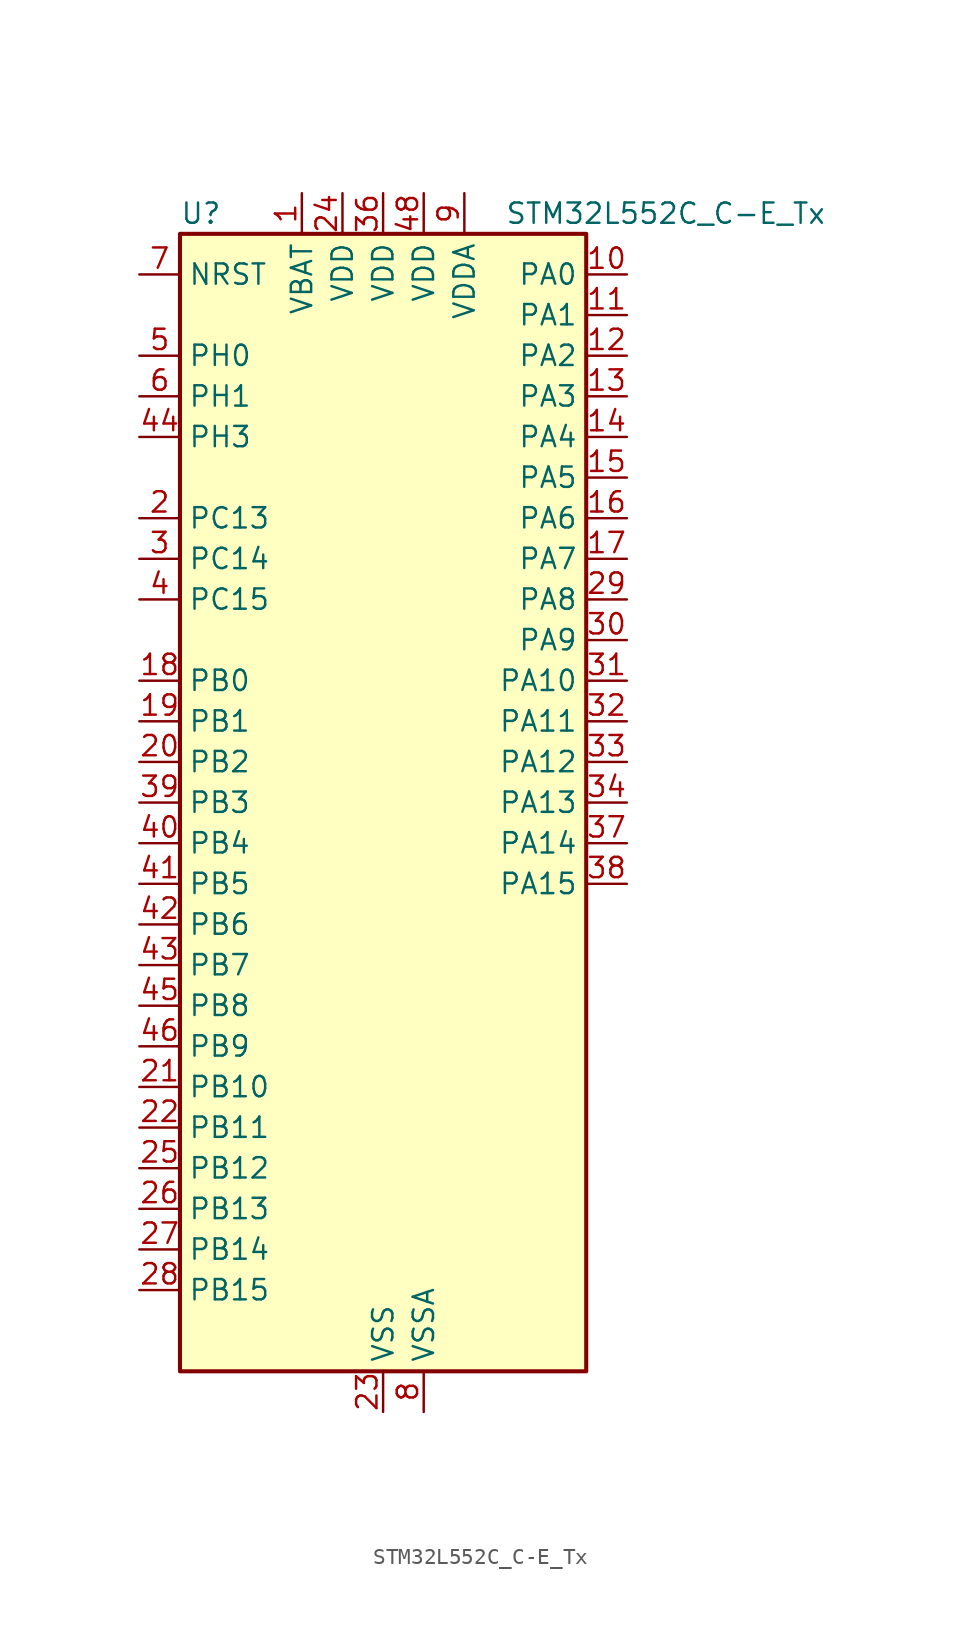
<source format=kicad_sym>
(kicad_symbol_lib
  (version 20220914)
  (generator kicad_symbol_editor)
  (symbol "STM32L552C_C-E_Tx"
    (property "Reference" "U"
      (at -12.7 36.83 0)
      (effects (font (size 1.27 1.27)) (justify left)))
    (property "Value" "STM32L552C_C-E_Tx"
      (at 7.62 36.83 0)
      (effects (font (size 1.27 1.27)) (justify left)))
    (property "ki_locked" ""
      (at 0 0 0)
      (effects (font (size 1.27 1.27))))
    (symbol "STM32L552C_C-E_Tx_0_1"
      (rectangle (start -12.7 -35.56) (end 12.7 35.56) (stroke (width 0.254) (type default)) (fill (type background))))
    (symbol "STM32L552C_C-E_Tx_1_1"
      (pin power_in line (at -5.08 38.1 270) (length 2.54) (name "VBAT" (effects (font (size 1.27 1.27)))) (number "1" (effects (font (size 1.27 1.27)))))
      (pin bidirectional line (at 15.24 33.02 180) (length 2.54) (name "PA0" (effects (font (size 1.27 1.27)))) (number "10" (effects (font (size 1.27 1.27)))) (alternate "ADC1_IN5" bidirectional line) (alternate "ADC2_IN5" bidirectional line) (alternate "OPAMP1_VINP" bidirectional line) (alternate "PWR_WKUP1" bidirectional line) (alternate "SAI1_EXTCLK" bidirectional line) (alternate "TAMP_IN2" bidirectional line) (alternate "TAMP_OUT1" bidirectional line) (alternate "TIM2_CH1" bidirectional line) (alternate "TIM2_ETR" bidirectional line) (alternate "TIM5_CH1" bidirectional line) (alternate "TIM8_ETR" bidirectional line) (alternate "UART4_TX" bidirectional line) (alternate "USART2_CTS" bidirectional line) (alternate "USART2_NSS" bidirectional line))
      (pin bidirectional line (at 15.24 30.48 180) (length 2.54) (name "PA1" (effects (font (size 1.27 1.27)))) (number "11" (effects (font (size 1.27 1.27)))) (alternate "ADC1_IN6" bidirectional line) (alternate "ADC2_IN6" bidirectional line) (alternate "I2C1_SMBA" bidirectional line) (alternate "OCTOSPI1_DQS" bidirectional line) (alternate "OPAMP1_VINM" bidirectional line) (alternate "SPI1_SCK" bidirectional line) (alternate "TAMP_IN5" bidirectional line) (alternate "TAMP_OUT4" bidirectional line) (alternate "TIM15_CH1N" bidirectional line) (alternate "TIM2_CH2" bidirectional line) (alternate "TIM5_CH2" bidirectional line) (alternate "UART4_RX" bidirectional line) (alternate "USART2_DE" bidirectional line) (alternate "USART2_RTS" bidirectional line))
      (pin bidirectional line (at 15.24 27.94 180) (length 2.54) (name "PA2" (effects (font (size 1.27 1.27)))) (number "12" (effects (font (size 1.27 1.27)))) (alternate "ADC1_IN7" bidirectional line) (alternate "ADC2_IN7" bidirectional line) (alternate "COMP1_INP" bidirectional line) (alternate "LPUART1_TX" bidirectional line) (alternate "OCTOSPI1_NCS" bidirectional line) (alternate "PWR_WKUP4" bidirectional line) (alternate "RCC_LSCO" bidirectional line) (alternate "SAI2_EXTCLK" bidirectional line) (alternate "TIM15_CH1" bidirectional line) (alternate "TIM2_CH3" bidirectional line) (alternate "TIM5_CH3" bidirectional line) (alternate "UCPD1_FRSTX1" bidirectional line) (alternate "USART2_TX" bidirectional line))
      (pin bidirectional line (at 15.24 25.4 180) (length 2.54) (name "PA3" (effects (font (size 1.27 1.27)))) (number "13" (effects (font (size 1.27 1.27)))) (alternate "ADC1_IN8" bidirectional line) (alternate "ADC2_IN8" bidirectional line) (alternate "LPUART1_RX" bidirectional line) (alternate "OCTOSPI1_CLK" bidirectional line) (alternate "OPAMP1_VOUT" bidirectional line) (alternate "SAI1_CK1" bidirectional line) (alternate "SAI1_MCLK_A" bidirectional line) (alternate "TIM15_CH2" bidirectional line) (alternate "TIM2_CH4" bidirectional line) (alternate "TIM5_CH4" bidirectional line) (alternate "USART2_RX" bidirectional line))
      (pin bidirectional line (at 15.24 22.86 180) (length 2.54) (name "PA4" (effects (font (size 1.27 1.27)))) (number "14" (effects (font (size 1.27 1.27)))) (alternate "ADC1_IN9" bidirectional line) (alternate "ADC2_IN9" bidirectional line) (alternate "DAC1_OUT1" bidirectional line) (alternate "LPTIM2_OUT" bidirectional line) (alternate "OCTOSPI1_NCS" bidirectional line) (alternate "SAI1_FS_B" bidirectional line) (alternate "SPI1_NSS" bidirectional line) (alternate "SPI3_NSS" bidirectional line) (alternate "USART2_CK" bidirectional line))
      (pin bidirectional line (at 15.24 20.32 180) (length 2.54) (name "PA5" (effects (font (size 1.27 1.27)))) (number "15" (effects (font (size 1.27 1.27)))) (alternate "ADC1_IN10" bidirectional line) (alternate "ADC2_IN10" bidirectional line) (alternate "DAC1_OUT2" bidirectional line) (alternate "LPTIM2_ETR" bidirectional line) (alternate "SPI1_SCK" bidirectional line) (alternate "TIM2_CH1" bidirectional line) (alternate "TIM2_ETR" bidirectional line) (alternate "TIM8_CH1N" bidirectional line))
      (pin bidirectional line (at 15.24 17.78 180) (length 2.54) (name "PA6" (effects (font (size 1.27 1.27)))) (number "16" (effects (font (size 1.27 1.27)))) (alternate "ADC1_IN11" bidirectional line) (alternate "ADC2_IN11" bidirectional line) (alternate "LPUART1_CTS" bidirectional line) (alternate "OCTOSPI1_IO3" bidirectional line) (alternate "OPAMP2_VINP" bidirectional line) (alternate "SPI1_MISO" bidirectional line) (alternate "TIM16_CH1" bidirectional line) (alternate "TIM1_BKIN" bidirectional line) (alternate "TIM3_CH1" bidirectional line) (alternate "TIM8_BKIN" bidirectional line) (alternate "USART3_CTS" bidirectional line) (alternate "USART3_NSS" bidirectional line))
      (pin bidirectional line (at 15.24 15.24 180) (length 2.54) (name "PA7" (effects (font (size 1.27 1.27)))) (number "17" (effects (font (size 1.27 1.27)))) (alternate "ADC1_IN12" bidirectional line) (alternate "ADC2_IN12" bidirectional line) (alternate "I2C3_SCL" bidirectional line) (alternate "OCTOSPI1_IO2" bidirectional line) (alternate "OPAMP2_VINM" bidirectional line) (alternate "SPI1_MOSI" bidirectional line) (alternate "TIM17_CH1" bidirectional line) (alternate "TIM1_CH1N" bidirectional line) (alternate "TIM3_CH2" bidirectional line) (alternate "TIM8_CH1N" bidirectional line))
      (pin bidirectional line (at -15.24 7.62 0) (length 2.54) (name "PB0" (effects (font (size 1.27 1.27)))) (number "18" (effects (font (size 1.27 1.27)))) (alternate "ADC1_IN15" bidirectional line) (alternate "ADC2_IN15" bidirectional line) (alternate "COMP1_OUT" bidirectional line) (alternate "OCTOSPI1_IO1" bidirectional line) (alternate "OPAMP2_VOUT" bidirectional line) (alternate "SAI1_EXTCLK" bidirectional line) (alternate "SPI1_NSS" bidirectional line) (alternate "TIM1_CH2N" bidirectional line) (alternate "TIM3_CH3" bidirectional line) (alternate "TIM8_CH2N" bidirectional line) (alternate "USART3_CK" bidirectional line))
      (pin bidirectional line (at -15.24 5.08 0) (length 2.54) (name "PB1" (effects (font (size 1.27 1.27)))) (number "19" (effects (font (size 1.27 1.27)))) (alternate "ADC1_IN16" bidirectional line) (alternate "ADC2_IN16" bidirectional line) (alternate "COMP1_INM" bidirectional line) (alternate "DFSDM1_DATIN0" bidirectional line) (alternate "LPTIM2_IN1" bidirectional line) (alternate "LPUART1_DE" bidirectional line) (alternate "LPUART1_RTS" bidirectional line) (alternate "OCTOSPI1_IO0" bidirectional line) (alternate "TIM1_CH3N" bidirectional line) (alternate "TIM3_CH4" bidirectional line) (alternate "TIM8_CH3N" bidirectional line) (alternate "USART3_DE" bidirectional line) (alternate "USART3_RTS" bidirectional line))
      (pin bidirectional line (at -15.24 17.78 0) (length 2.54) (name "PC13" (effects (font (size 1.27 1.27)))) (number "2" (effects (font (size 1.27 1.27)))) (alternate "PWR_WKUP2" bidirectional line) (alternate "RTC_OUT1" bidirectional line) (alternate "RTC_TS" bidirectional line) (alternate "TAMP_IN1" bidirectional line) (alternate "TAMP_OUT2" bidirectional line))
      (pin bidirectional line (at -15.24 2.54 0) (length 2.54) (name "PB2" (effects (font (size 1.27 1.27)))) (number "20" (effects (font (size 1.27 1.27)))) (alternate "COMP1_INP" bidirectional line) (alternate "DFSDM1_CKIN0" bidirectional line) (alternate "I2C3_SMBA" bidirectional line) (alternate "LPTIM1_OUT" bidirectional line) (alternate "OCTOSPI1_DQS" bidirectional line) (alternate "RTC_OUT2" bidirectional line) (alternate "UCPD1_FRSTX1" bidirectional line))
      (pin bidirectional line (at -15.24 -17.78 0) (length 2.54) (name "PB10" (effects (font (size 1.27 1.27)))) (number "21" (effects (font (size 1.27 1.27)))) (alternate "COMP1_OUT" bidirectional line) (alternate "I2C2_SCL" bidirectional line) (alternate "I2C4_SCL" bidirectional line) (alternate "LPTIM3_OUT" bidirectional line) (alternate "LPUART1_RX" bidirectional line) (alternate "OCTOSPI1_CLK" bidirectional line) (alternate "SAI1_SCK_A" bidirectional line) (alternate "SPI2_SCK" bidirectional line) (alternate "TIM2_CH3" bidirectional line) (alternate "TSC_SYNC" bidirectional line) (alternate "USART3_TX" bidirectional line))
      (pin bidirectional line (at -15.24 -20.32 0) (length 2.54) (name "PB11" (effects (font (size 1.27 1.27)))) (number "22" (effects (font (size 1.27 1.27)))) (alternate "ADC1_EXTI11" bidirectional line) (alternate "ADC2_EXTI11" bidirectional line) (alternate "COMP2_OUT" bidirectional line) (alternate "I2C2_SDA" bidirectional line) (alternate "I2C4_SDA" bidirectional line) (alternate "LPUART1_TX" bidirectional line) (alternate "OCTOSPI1_NCS" bidirectional line) (alternate "TIM2_CH4" bidirectional line) (alternate "USART3_RX" bidirectional line))
      (pin power_in line (at 0 -38.1 90) (length 2.54) (name "VSS" (effects (font (size 1.27 1.27)))) (number "23" (effects (font (size 1.27 1.27)))))
      (pin power_in line (at -2.54 38.1 270) (length 2.54) (name "VDD" (effects (font (size 1.27 1.27)))) (number "24" (effects (font (size 1.27 1.27)))))
      (pin bidirectional line (at -15.24 -22.86 0) (length 2.54) (name "PB12" (effects (font (size 1.27 1.27)))) (number "25" (effects (font (size 1.27 1.27)))) (alternate "DFSDM1_DATIN1" bidirectional line) (alternate "I2C2_SMBA" bidirectional line) (alternate "LPUART1_DE" bidirectional line) (alternate "LPUART1_RTS" bidirectional line) (alternate "OCTOSPI1_NCLK" bidirectional line) (alternate "SAI2_FS_A" bidirectional line) (alternate "SPI2_NSS" bidirectional line) (alternate "TIM15_BKIN" bidirectional line) (alternate "TIM1_BKIN" bidirectional line) (alternate "TSC_G1_IO1" bidirectional line) (alternate "USART3_CK" bidirectional line))
      (pin bidirectional line (at -15.24 -25.4 0) (length 2.54) (name "PB13" (effects (font (size 1.27 1.27)))) (number "26" (effects (font (size 1.27 1.27)))) (alternate "DFSDM1_CKIN1" bidirectional line) (alternate "I2C2_SCL" bidirectional line) (alternate "LPTIM3_IN1" bidirectional line) (alternate "LPUART1_CTS" bidirectional line) (alternate "SAI2_SCK_A" bidirectional line) (alternate "SPI2_SCK" bidirectional line) (alternate "TIM15_CH1N" bidirectional line) (alternate "TIM1_CH1N" bidirectional line) (alternate "TSC_G1_IO2" bidirectional line) (alternate "UCPD1_FRSTX2" bidirectional line) (alternate "USART3_CTS" bidirectional line) (alternate "USART3_NSS" bidirectional line))
      (pin bidirectional line (at -15.24 -27.94 0) (length 2.54) (name "PB14" (effects (font (size 1.27 1.27)))) (number "27" (effects (font (size 1.27 1.27)))) (alternate "DFSDM1_DATIN2" bidirectional line) (alternate "I2C2_SDA" bidirectional line) (alternate "LPTIM3_ETR" bidirectional line) (alternate "SAI2_MCLK_A" bidirectional line) (alternate "SPI2_MISO" bidirectional line) (alternate "TIM15_CH1" bidirectional line) (alternate "TIM1_CH2N" bidirectional line) (alternate "TIM8_CH2N" bidirectional line) (alternate "TSC_G1_IO3" bidirectional line) (alternate "UCPD1_DBCC2" bidirectional line) (alternate "USART3_DE" bidirectional line) (alternate "USART3_RTS" bidirectional line))
      (pin bidirectional line (at -15.24 -30.48 0) (length 2.54) (name "PB15" (effects (font (size 1.27 1.27)))) (number "28" (effects (font (size 1.27 1.27)))) (alternate "ADC1_EXTI15" bidirectional line) (alternate "ADC2_EXTI15" bidirectional line) (alternate "DFSDM1_CKIN2" bidirectional line) (alternate "RTC_REFIN" bidirectional line) (alternate "SAI2_SD_A" bidirectional line) (alternate "SPI2_MOSI" bidirectional line) (alternate "TIM15_CH2" bidirectional line) (alternate "TIM1_CH3N" bidirectional line) (alternate "TIM8_CH3N" bidirectional line) (alternate "UCPD1_CC2" bidirectional line))
      (pin bidirectional line (at 15.24 12.7 180) (length 2.54) (name "PA8" (effects (font (size 1.27 1.27)))) (number "29" (effects (font (size 1.27 1.27)))) (alternate "LPTIM2_OUT" bidirectional line) (alternate "RCC_MCO" bidirectional line) (alternate "SAI1_CK2" bidirectional line) (alternate "SAI1_SCK_A" bidirectional line) (alternate "TIM1_CH1" bidirectional line) (alternate "USART1_CK" bidirectional line))
      (pin bidirectional line (at -15.24 15.24 0) (length 2.54) (name "PC14" (effects (font (size 1.27 1.27)))) (number "3" (effects (font (size 1.27 1.27)))) (alternate "RCC_OSC32_IN" bidirectional line))
      (pin bidirectional line (at 15.24 10.16 180) (length 2.54) (name "PA9" (effects (font (size 1.27 1.27)))) (number "30" (effects (font (size 1.27 1.27)))) (alternate "DAC1_EXTI9" bidirectional line) (alternate "SAI1_FS_A" bidirectional line) (alternate "SPI2_SCK" bidirectional line) (alternate "TIM15_BKIN" bidirectional line) (alternate "TIM1_CH2" bidirectional line) (alternate "USART1_TX" bidirectional line))
      (pin bidirectional line (at 15.24 7.62 180) (length 2.54) (name "PA10" (effects (font (size 1.27 1.27)))) (number "31" (effects (font (size 1.27 1.27)))) (alternate "CRS_SYNC" bidirectional line) (alternate "SAI1_D1" bidirectional line) (alternate "SAI1_SD_A" bidirectional line) (alternate "TIM17_BKIN" bidirectional line) (alternate "TIM1_CH3" bidirectional line) (alternate "USART1_RX" bidirectional line))
      (pin bidirectional line (at 15.24 5.08 180) (length 2.54) (name "PA11" (effects (font (size 1.27 1.27)))) (number "32" (effects (font (size 1.27 1.27)))) (alternate "ADC1_EXTI11" bidirectional line) (alternate "ADC2_EXTI11" bidirectional line) (alternate "FDCAN1_RX" bidirectional line) (alternate "SPI1_MISO" bidirectional line) (alternate "TIM1_BKIN2" bidirectional line) (alternate "TIM1_CH4" bidirectional line) (alternate "USART1_CTS" bidirectional line) (alternate "USART1_NSS" bidirectional line) (alternate "USB_DM" bidirectional line))
      (pin bidirectional line (at 15.24 2.54 180) (length 2.54) (name "PA12" (effects (font (size 1.27 1.27)))) (number "33" (effects (font (size 1.27 1.27)))) (alternate "FDCAN1_TX" bidirectional line) (alternate "SPI1_MOSI" bidirectional line) (alternate "TIM1_ETR" bidirectional line) (alternate "USART1_DE" bidirectional line) (alternate "USART1_RTS" bidirectional line) (alternate "USB_DP" bidirectional line))
      (pin bidirectional line (at 15.24 0 180) (length 2.54) (name "PA13" (effects (font (size 1.27 1.27)))) (number "34" (effects (font (size 1.27 1.27)))) (alternate "DEBUG_JTMS-SWDIO" bidirectional line) (alternate "IR_OUT" bidirectional line) (alternate "SAI1_SD_B" bidirectional line) (alternate "USB_NOE" bidirectional line))
      (pin passive line (at 0 -38.1 90) (length 2.54) hide (name "VSS" (effects (font (size 1.27 1.27)))) (number "35" (effects (font (size 1.27 1.27)))))
      (pin power_in line (at 0 38.1 270) (length 2.54) (name "VDD" (effects (font (size 1.27 1.27)))) (number "36" (effects (font (size 1.27 1.27)))))
      (pin bidirectional line (at 15.24 -2.54 180) (length 2.54) (name "PA14" (effects (font (size 1.27 1.27)))) (number "37" (effects (font (size 1.27 1.27)))) (alternate "DEBUG_JTCK-SWCLK" bidirectional line) (alternate "I2C1_SMBA" bidirectional line) (alternate "I2C4_SMBA" bidirectional line) (alternate "LPTIM1_OUT" bidirectional line) (alternate "SAI1_FS_B" bidirectional line))
      (pin bidirectional line (at 15.24 -5.08 180) (length 2.54) (name "PA15" (effects (font (size 1.27 1.27)))) (number "38" (effects (font (size 1.27 1.27)))) (alternate "ADC1_EXTI15" bidirectional line) (alternate "ADC2_EXTI15" bidirectional line) (alternate "DEBUG_JTDI" bidirectional line) (alternate "SAI2_FS_B" bidirectional line) (alternate "SPI1_NSS" bidirectional line) (alternate "SPI3_NSS" bidirectional line) (alternate "TIM2_CH1" bidirectional line) (alternate "TIM2_ETR" bidirectional line) (alternate "UART4_DE" bidirectional line) (alternate "UART4_RTS" bidirectional line) (alternate "UCPD1_CC1" bidirectional line) (alternate "USART2_RX" bidirectional line) (alternate "USART3_DE" bidirectional line) (alternate "USART3_RTS" bidirectional line))
      (pin bidirectional line (at -15.24 0 0) (length 2.54) (name "PB3" (effects (font (size 1.27 1.27)))) (number "39" (effects (font (size 1.27 1.27)))) (alternate "COMP2_INM" bidirectional line) (alternate "CRS_SYNC" bidirectional line) (alternate "DEBUG_JTDO-SWO" bidirectional line) (alternate "SAI1_SCK_B" bidirectional line) (alternate "SPI1_SCK" bidirectional line) (alternate "SPI3_SCK" bidirectional line) (alternate "TIM2_CH2" bidirectional line) (alternate "USART1_DE" bidirectional line) (alternate "USART1_RTS" bidirectional line))
      (pin bidirectional line (at -15.24 12.7 0) (length 2.54) (name "PC15" (effects (font (size 1.27 1.27)))) (number "4" (effects (font (size 1.27 1.27)))) (alternate "ADC1_EXTI15" bidirectional line) (alternate "ADC2_EXTI15" bidirectional line) (alternate "RCC_OSC32_OUT" bidirectional line))
      (pin bidirectional line (at -15.24 -2.54 0) (length 2.54) (name "PB4" (effects (font (size 1.27 1.27)))) (number "40" (effects (font (size 1.27 1.27)))) (alternate "COMP2_INP" bidirectional line) (alternate "DEBUG_JTRST" bidirectional line) (alternate "I2C3_SDA" bidirectional line) (alternate "SAI1_MCLK_B" bidirectional line) (alternate "SPI1_MISO" bidirectional line) (alternate "SPI3_MISO" bidirectional line) (alternate "TIM17_BKIN" bidirectional line) (alternate "TIM3_CH1" bidirectional line) (alternate "TSC_G2_IO1" bidirectional line) (alternate "USART1_CTS" bidirectional line) (alternate "USART1_NSS" bidirectional line))
      (pin bidirectional line (at -15.24 -5.08 0) (length 2.54) (name "PB5" (effects (font (size 1.27 1.27)))) (number "41" (effects (font (size 1.27 1.27)))) (alternate "COMP2_OUT" bidirectional line) (alternate "I2C1_SMBA" bidirectional line) (alternate "LPTIM1_IN1" bidirectional line) (alternate "OCTOSPI1_NCLK" bidirectional line) (alternate "SAI1_SD_B" bidirectional line) (alternate "SPI1_MOSI" bidirectional line) (alternate "SPI3_MOSI" bidirectional line) (alternate "TIM16_BKIN" bidirectional line) (alternate "TIM3_CH2" bidirectional line) (alternate "TSC_G2_IO2" bidirectional line) (alternate "UCPD1_DBCC1" bidirectional line) (alternate "USART1_CK" bidirectional line))
      (pin bidirectional line (at -15.24 -7.62 0) (length 2.54) (name "PB6" (effects (font (size 1.27 1.27)))) (number "42" (effects (font (size 1.27 1.27)))) (alternate "COMP2_INP" bidirectional line) (alternate "I2C1_SCL" bidirectional line) (alternate "I2C4_SCL" bidirectional line) (alternate "LPTIM1_ETR" bidirectional line) (alternate "SAI1_FS_B" bidirectional line) (alternate "TIM16_CH1N" bidirectional line) (alternate "TIM4_CH1" bidirectional line) (alternate "TIM8_BKIN2" bidirectional line) (alternate "TSC_G2_IO3" bidirectional line) (alternate "USART1_TX" bidirectional line))
      (pin bidirectional line (at -15.24 -10.16 0) (length 2.54) (name "PB7" (effects (font (size 1.27 1.27)))) (number "43" (effects (font (size 1.27 1.27)))) (alternate "COMP2_INM" bidirectional line) (alternate "I2C1_SDA" bidirectional line) (alternate "I2C4_SDA" bidirectional line) (alternate "LPTIM1_IN2" bidirectional line) (alternate "PWR_PVD_IN" bidirectional line) (alternate "TIM17_CH1N" bidirectional line) (alternate "TIM4_CH2" bidirectional line) (alternate "TIM8_BKIN" bidirectional line) (alternate "TSC_G2_IO4" bidirectional line) (alternate "UART4_CTS" bidirectional line) (alternate "USART1_RX" bidirectional line))
      (pin bidirectional line (at -15.24 22.86 0) (length 2.54) (name "PH3" (effects (font (size 1.27 1.27)))) (number "44" (effects (font (size 1.27 1.27)))))
      (pin bidirectional line (at -15.24 -12.7 0) (length 2.54) (name "PB8" (effects (font (size 1.27 1.27)))) (number "45" (effects (font (size 1.27 1.27)))) (alternate "DFSDM1_CKOUT" bidirectional line) (alternate "FDCAN1_RX" bidirectional line) (alternate "I2C1_SCL" bidirectional line) (alternate "SAI1_CK1" bidirectional line) (alternate "SAI1_MCLK_A" bidirectional line) (alternate "TIM16_CH1" bidirectional line) (alternate "TIM4_CH3" bidirectional line))
      (pin bidirectional line (at -15.24 -15.24 0) (length 2.54) (name "PB9" (effects (font (size 1.27 1.27)))) (number "46" (effects (font (size 1.27 1.27)))) (alternate "DAC1_EXTI9" bidirectional line) (alternate "FDCAN1_TX" bidirectional line) (alternate "I2C1_SDA" bidirectional line) (alternate "IR_OUT" bidirectional line) (alternate "SAI1_D2" bidirectional line) (alternate "SAI1_FS_A" bidirectional line) (alternate "SPI2_NSS" bidirectional line) (alternate "TIM17_CH1" bidirectional line) (alternate "TIM4_CH4" bidirectional line))
      (pin passive line (at 0 -38.1 90) (length 2.54) hide (name "VSS" (effects (font (size 1.27 1.27)))) (number "47" (effects (font (size 1.27 1.27)))))
      (pin power_in line (at 2.54 38.1 270) (length 2.54) (name "VDD" (effects (font (size 1.27 1.27)))) (number "48" (effects (font (size 1.27 1.27)))))
      (pin bidirectional line (at -15.24 27.94 0) (length 2.54) (name "PH0" (effects (font (size 1.27 1.27)))) (number "5" (effects (font (size 1.27 1.27)))) (alternate "RCC_OSC_IN" bidirectional line))
      (pin bidirectional line (at -15.24 25.4 0) (length 2.54) (name "PH1" (effects (font (size 1.27 1.27)))) (number "6" (effects (font (size 1.27 1.27)))) (alternate "RCC_OSC_OUT" bidirectional line))
      (pin input line (at -15.24 33.02 0) (length 2.54) (name "NRST" (effects (font (size 1.27 1.27)))) (number "7" (effects (font (size 1.27 1.27)))))
      (pin power_in line (at 2.54 -38.1 90) (length 2.54) (name "VSSA" (effects (font (size 1.27 1.27)))) (number "8" (effects (font (size 1.27 1.27)))))
      (pin power_in line (at 5.08 38.1 270) (length 2.54) (name "VDDA" (effects (font (size 1.27 1.27)))) (number "9" (effects (font (size 1.27 1.27))))))))
</source>
